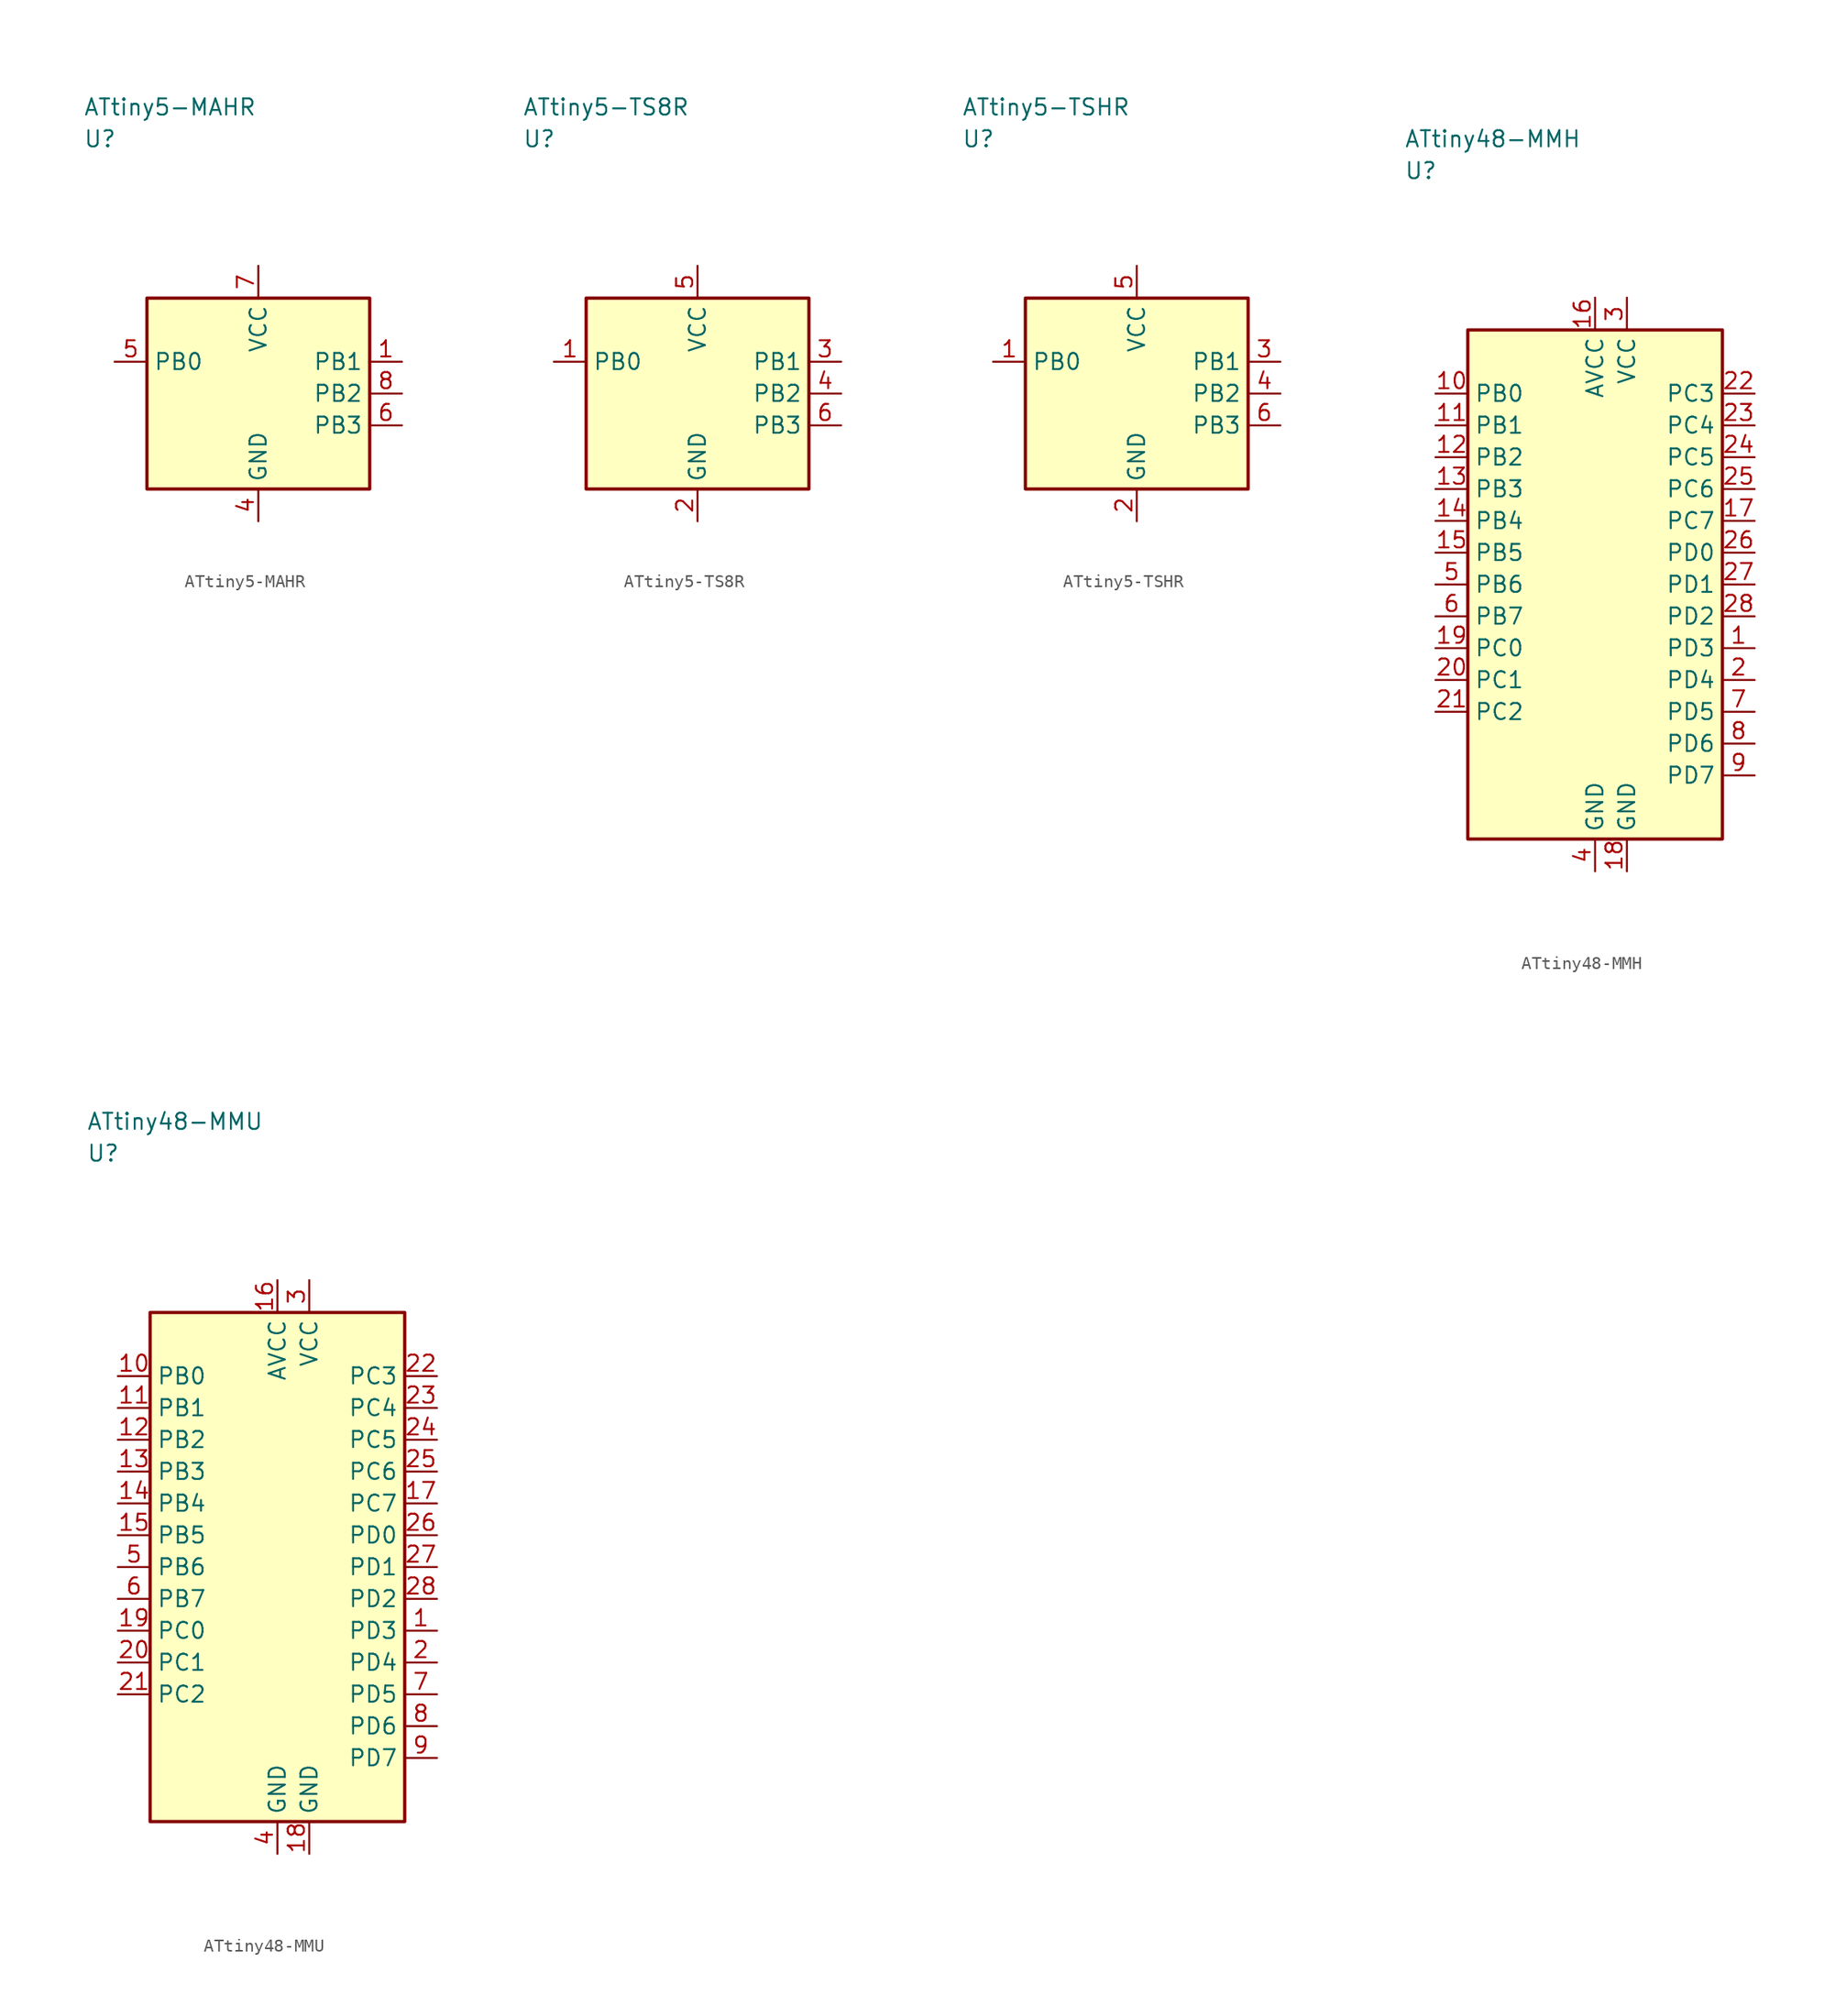
<source format=kicad_sym>
(kicad_symbol_lib
  (version 20241025)
  (generator "kicad_symbol_editor")
  (generator_version "8.0")
  (symbol "ATtiny5-MAHR"
    (property "Reference" "U"
      (at -13.75 20.0 0)
      (effects (font (size 1.27 1.27)) (justify left)))
    (property "Value" "ATtiny5-MAHR"
      (at -13.75 22.5 0)
      (effects (font (size 1.27 1.27)) (justify left)))
    (symbol "ATtiny5-MAHR_0_1"
      (rectangle (start -8.75 7.5) (end 8.75 -7.5) (stroke (width 0.254) (type default)) (fill (type background))))
    (symbol "ATtiny5-MAHR_1_1"
      (pin bidirectional line (at 11.29 2.5 180.0) (length 2.54) (name "PB1" (effects (font (size 1.27 1.27)))) (number "1" (effects (font (size 1.27 1.27)))))
      (pin passive line (at 0.0 -10.04 90.0) (length 2.54) (name "GND" (effects (font (size 1.27 1.27)))) (number "4" (effects (font (size 1.27 1.27)))))
      (pin bidirectional line (at -11.29 2.5 0.0) (length 2.54) (name "PB0" (effects (font (size 1.27 1.27)))) (number "5" (effects (font (size 1.27 1.27)))))
      (pin bidirectional line (at 11.29 -2.5 180.0) (length 2.54) (name "PB3" (effects (font (size 1.27 1.27)))) (number "6" (effects (font (size 1.27 1.27)))))
      (pin power_in line (at 0.0 10.04 270.0) (length 2.54) (name "VCC" (effects (font (size 1.27 1.27)))) (number "7" (effects (font (size 1.27 1.27)))))
      (pin bidirectional line (at 11.29 0.0 180.0) (length 2.54) (name "PB2" (effects (font (size 1.27 1.27)))) (number "8" (effects (font (size 1.27 1.27)))))))
  (symbol "ATtiny5-TS8R"
    (property "Reference" "U"
      (at -13.75 20.0 0)
      (effects (font (size 1.27 1.27)) (justify left)))
    (property "Value" "ATtiny5-TS8R"
      (at -13.75 22.5 0)
      (effects (font (size 1.27 1.27)) (justify left)))
    (symbol "ATtiny5-TS8R_0_1"
      (rectangle (start -8.75 7.5) (end 8.75 -7.5) (stroke (width 0.254) (type default)) (fill (type background))))
    (symbol "ATtiny5-TS8R_1_1"
      (pin bidirectional line (at -11.29 2.5 0.0) (length 2.54) (name "PB0" (effects (font (size 1.27 1.27)))) (number "1" (effects (font (size 1.27 1.27)))))
      (pin passive line (at 0.0 -10.04 90.0) (length 2.54) (name "GND" (effects (font (size 1.27 1.27)))) (number "2" (effects (font (size 1.27 1.27)))))
      (pin bidirectional line (at 11.29 2.5 180.0) (length 2.54) (name "PB1" (effects (font (size 1.27 1.27)))) (number "3" (effects (font (size 1.27 1.27)))))
      (pin bidirectional line (at 11.29 0.0 180.0) (length 2.54) (name "PB2" (effects (font (size 1.27 1.27)))) (number "4" (effects (font (size 1.27 1.27)))))
      (pin power_in line (at 0.0 10.04 270.0) (length 2.54) (name "VCC" (effects (font (size 1.27 1.27)))) (number "5" (effects (font (size 1.27 1.27)))))
      (pin bidirectional line (at 11.29 -2.5 180.0) (length 2.54) (name "PB3" (effects (font (size 1.27 1.27)))) (number "6" (effects (font (size 1.27 1.27)))))))
  (symbol "ATtiny5-TSHR"
    (property "Reference" "U"
      (at -13.75 20.0 0)
      (effects (font (size 1.27 1.27)) (justify left)))
    (property "Value" "ATtiny5-TSHR"
      (at -13.75 22.5 0)
      (effects (font (size 1.27 1.27)) (justify left)))
    (symbol "ATtiny5-TSHR_0_1"
      (rectangle (start -8.75 7.5) (end 8.75 -7.5) (stroke (width 0.254) (type default)) (fill (type background))))
    (symbol "ATtiny5-TSHR_1_1"
      (pin bidirectional line (at -11.29 2.5 0.0) (length 2.54) (name "PB0" (effects (font (size 1.27 1.27)))) (number "1" (effects (font (size 1.27 1.27)))))
      (pin passive line (at 0.0 -10.04 90.0) (length 2.54) (name "GND" (effects (font (size 1.27 1.27)))) (number "2" (effects (font (size 1.27 1.27)))))
      (pin bidirectional line (at 11.29 2.5 180.0) (length 2.54) (name "PB1" (effects (font (size 1.27 1.27)))) (number "3" (effects (font (size 1.27 1.27)))))
      (pin bidirectional line (at 11.29 0.0 180.0) (length 2.54) (name "PB2" (effects (font (size 1.27 1.27)))) (number "4" (effects (font (size 1.27 1.27)))))
      (pin power_in line (at 0.0 10.04 270.0) (length 2.54) (name "VCC" (effects (font (size 1.27 1.27)))) (number "5" (effects (font (size 1.27 1.27)))))
      (pin bidirectional line (at 11.29 -2.5 180.0) (length 2.54) (name "PB3" (effects (font (size 1.27 1.27)))) (number "6" (effects (font (size 1.27 1.27)))))))
  (symbol "ATtiny48-MMH"
    (property "Reference" "U"
      (at -15.0 32.5 0)
      (effects (font (size 1.27 1.27)) (justify left)))
    (property "Value" "ATtiny48-MMH"
      (at -15.0 35.0 0)
      (effects (font (size 1.27 1.27)) (justify left)))
    (symbol "ATtiny48-MMH_0_1"
      (rectangle (start -10.0 20.0) (end 10.0 -20.0) (stroke (width 0.254) (type default)) (fill (type background))))
    (symbol "ATtiny48-MMH_1_1"
      (pin bidirectional line (at 12.54 -5.0 180.0) (length 2.54) (name "PD3" (effects (font (size 1.27 1.27)))) (number "1" (effects (font (size 1.27 1.27)))))
      (pin bidirectional line (at 12.54 -7.5 180.0) (length 2.54) (name "PD4" (effects (font (size 1.27 1.27)))) (number "2" (effects (font (size 1.27 1.27)))))
      (pin power_in line (at 2.5 22.54 270.0) (length 2.54) (name "VCC" (effects (font (size 1.27 1.27)))) (number "3" (effects (font (size 1.27 1.27)))))
      (pin passive line (at 0.0 -22.54 90.0) (length 2.54) (name "GND" (effects (font (size 1.27 1.27)))) (number "4" (effects (font (size 1.27 1.27)))))
      (pin bidirectional line (at -12.54 0.0 0.0) (length 2.54) (name "PB6" (effects (font (size 1.27 1.27)))) (number "5" (effects (font (size 1.27 1.27)))))
      (pin bidirectional line (at -12.54 -2.5 0.0) (length 2.54) (name "PB7" (effects (font (size 1.27 1.27)))) (number "6" (effects (font (size 1.27 1.27)))))
      (pin bidirectional line (at 12.54 -10.0 180.0) (length 2.54) (name "PD5" (effects (font (size 1.27 1.27)))) (number "7" (effects (font (size 1.27 1.27)))))
      (pin bidirectional line (at 12.54 -12.5 180.0) (length 2.54) (name "PD6" (effects (font (size 1.27 1.27)))) (number "8" (effects (font (size 1.27 1.27)))))
      (pin bidirectional line (at 12.54 -15.0 180.0) (length 2.54) (name "PD7" (effects (font (size 1.27 1.27)))) (number "9" (effects (font (size 1.27 1.27)))))
      (pin bidirectional line (at -12.54 15.0 0.0) (length 2.54) (name "PB0" (effects (font (size 1.27 1.27)))) (number "10" (effects (font (size 1.27 1.27)))))
      (pin bidirectional line (at -12.54 12.5 0.0) (length 2.54) (name "PB1" (effects (font (size 1.27 1.27)))) (number "11" (effects (font (size 1.27 1.27)))))
      (pin bidirectional line (at -12.54 10.0 0.0) (length 2.54) (name "PB2" (effects (font (size 1.27 1.27)))) (number "12" (effects (font (size 1.27 1.27)))))
      (pin bidirectional line (at -12.54 7.5 0.0) (length 2.54) (name "PB3" (effects (font (size 1.27 1.27)))) (number "13" (effects (font (size 1.27 1.27)))))
      (pin bidirectional line (at -12.54 5.0 0.0) (length 2.54) (name "PB4" (effects (font (size 1.27 1.27)))) (number "14" (effects (font (size 1.27 1.27)))))
      (pin bidirectional line (at -12.54 2.5 0.0) (length 2.54) (name "PB5" (effects (font (size 1.27 1.27)))) (number "15" (effects (font (size 1.27 1.27)))))
      (pin power_in line (at 0.0 22.54 270.0) (length 2.54) (name "AVCC" (effects (font (size 1.27 1.27)))) (number "16" (effects (font (size 1.27 1.27)))))
      (pin bidirectional line (at 12.54 5.0 180.0) (length 2.54) (name "PC7" (effects (font (size 1.27 1.27)))) (number "17" (effects (font (size 1.27 1.27)))))
      (pin passive line (at 2.5 -22.54 90.0) (length 2.54) (name "GND" (effects (font (size 1.27 1.27)))) (number "18" (effects (font (size 1.27 1.27)))))
      (pin bidirectional line (at -12.54 -5.0 0.0) (length 2.54) (name "PC0" (effects (font (size 1.27 1.27)))) (number "19" (effects (font (size 1.27 1.27)))))
      (pin bidirectional line (at -12.54 -7.5 0.0) (length 2.54) (name "PC1" (effects (font (size 1.27 1.27)))) (number "20" (effects (font (size 1.27 1.27)))))
      (pin bidirectional line (at -12.54 -10.0 0.0) (length 2.54) (name "PC2" (effects (font (size 1.27 1.27)))) (number "21" (effects (font (size 1.27 1.27)))))
      (pin bidirectional line (at 12.54 15.0 180.0) (length 2.54) (name "PC3" (effects (font (size 1.27 1.27)))) (number "22" (effects (font (size 1.27 1.27)))))
      (pin bidirectional line (at 12.54 12.5 180.0) (length 2.54) (name "PC4" (effects (font (size 1.27 1.27)))) (number "23" (effects (font (size 1.27 1.27)))))
      (pin bidirectional line (at 12.54 10.0 180.0) (length 2.54) (name "PC5" (effects (font (size 1.27 1.27)))) (number "24" (effects (font (size 1.27 1.27)))))
      (pin bidirectional line (at 12.54 7.5 180.0) (length 2.54) (name "PC6" (effects (font (size 1.27 1.27)))) (number "25" (effects (font (size 1.27 1.27)))))
      (pin bidirectional line (at 12.54 2.5 180.0) (length 2.54) (name "PD0" (effects (font (size 1.27 1.27)))) (number "26" (effects (font (size 1.27 1.27)))))
      (pin bidirectional line (at 12.54 0.0 180.0) (length 2.54) (name "PD1" (effects (font (size 1.27 1.27)))) (number "27" (effects (font (size 1.27 1.27)))))
      (pin bidirectional line (at 12.54 -2.5 180.0) (length 2.54) (name "PD2" (effects (font (size 1.27 1.27)))) (number "28" (effects (font (size 1.27 1.27)))))))
  (symbol "ATtiny48-MMU"
    (property "Reference" "U"
      (at -15.0 32.5 0)
      (effects (font (size 1.27 1.27)) (justify left)))
    (property "Value" "ATtiny48-MMU"
      (at -15.0 35.0 0)
      (effects (font (size 1.27 1.27)) (justify left)))
    (symbol "ATtiny48-MMU_0_1"
      (rectangle (start -10.0 20.0) (end 10.0 -20.0) (stroke (width 0.254) (type default)) (fill (type background))))
    (symbol "ATtiny48-MMU_1_1"
      (pin bidirectional line (at 12.54 -5.0 180.0) (length 2.54) (name "PD3" (effects (font (size 1.27 1.27)))) (number "1" (effects (font (size 1.27 1.27)))))
      (pin bidirectional line (at 12.54 -7.5 180.0) (length 2.54) (name "PD4" (effects (font (size 1.27 1.27)))) (number "2" (effects (font (size 1.27 1.27)))))
      (pin power_in line (at 2.5 22.54 270.0) (length 2.54) (name "VCC" (effects (font (size 1.27 1.27)))) (number "3" (effects (font (size 1.27 1.27)))))
      (pin passive line (at 0.0 -22.54 90.0) (length 2.54) (name "GND" (effects (font (size 1.27 1.27)))) (number "4" (effects (font (size 1.27 1.27)))))
      (pin bidirectional line (at -12.54 0.0 0.0) (length 2.54) (name "PB6" (effects (font (size 1.27 1.27)))) (number "5" (effects (font (size 1.27 1.27)))))
      (pin bidirectional line (at -12.54 -2.5 0.0) (length 2.54) (name "PB7" (effects (font (size 1.27 1.27)))) (number "6" (effects (font (size 1.27 1.27)))))
      (pin bidirectional line (at 12.54 -10.0 180.0) (length 2.54) (name "PD5" (effects (font (size 1.27 1.27)))) (number "7" (effects (font (size 1.27 1.27)))))
      (pin bidirectional line (at 12.54 -12.5 180.0) (length 2.54) (name "PD6" (effects (font (size 1.27 1.27)))) (number "8" (effects (font (size 1.27 1.27)))))
      (pin bidirectional line (at 12.54 -15.0 180.0) (length 2.54) (name "PD7" (effects (font (size 1.27 1.27)))) (number "9" (effects (font (size 1.27 1.27)))))
      (pin bidirectional line (at -12.54 15.0 0.0) (length 2.54) (name "PB0" (effects (font (size 1.27 1.27)))) (number "10" (effects (font (size 1.27 1.27)))))
      (pin bidirectional line (at -12.54 12.5 0.0) (length 2.54) (name "PB1" (effects (font (size 1.27 1.27)))) (number "11" (effects (font (size 1.27 1.27)))))
      (pin bidirectional line (at -12.54 10.0 0.0) (length 2.54) (name "PB2" (effects (font (size 1.27 1.27)))) (number "12" (effects (font (size 1.27 1.27)))))
      (pin bidirectional line (at -12.54 7.5 0.0) (length 2.54) (name "PB3" (effects (font (size 1.27 1.27)))) (number "13" (effects (font (size 1.27 1.27)))))
      (pin bidirectional line (at -12.54 5.0 0.0) (length 2.54) (name "PB4" (effects (font (size 1.27 1.27)))) (number "14" (effects (font (size 1.27 1.27)))))
      (pin bidirectional line (at -12.54 2.5 0.0) (length 2.54) (name "PB5" (effects (font (size 1.27 1.27)))) (number "15" (effects (font (size 1.27 1.27)))))
      (pin power_in line (at 0.0 22.54 270.0) (length 2.54) (name "AVCC" (effects (font (size 1.27 1.27)))) (number "16" (effects (font (size 1.27 1.27)))))
      (pin bidirectional line (at 12.54 5.0 180.0) (length 2.54) (name "PC7" (effects (font (size 1.27 1.27)))) (number "17" (effects (font (size 1.27 1.27)))))
      (pin passive line (at 2.5 -22.54 90.0) (length 2.54) (name "GND" (effects (font (size 1.27 1.27)))) (number "18" (effects (font (size 1.27 1.27)))))
      (pin bidirectional line (at -12.54 -5.0 0.0) (length 2.54) (name "PC0" (effects (font (size 1.27 1.27)))) (number "19" (effects (font (size 1.27 1.27)))))
      (pin bidirectional line (at -12.54 -7.5 0.0) (length 2.54) (name "PC1" (effects (font (size 1.27 1.27)))) (number "20" (effects (font (size 1.27 1.27)))))
      (pin bidirectional line (at -12.54 -10.0 0.0) (length 2.54) (name "PC2" (effects (font (size 1.27 1.27)))) (number "21" (effects (font (size 1.27 1.27)))))
      (pin bidirectional line (at 12.54 15.0 180.0) (length 2.54) (name "PC3" (effects (font (size 1.27 1.27)))) (number "22" (effects (font (size 1.27 1.27)))))
      (pin bidirectional line (at 12.54 12.5 180.0) (length 2.54) (name "PC4" (effects (font (size 1.27 1.27)))) (number "23" (effects (font (size 1.27 1.27)))))
      (pin bidirectional line (at 12.54 10.0 180.0) (length 2.54) (name "PC5" (effects (font (size 1.27 1.27)))) (number "24" (effects (font (size 1.27 1.27)))))
      (pin bidirectional line (at 12.54 7.5 180.0) (length 2.54) (name "PC6" (effects (font (size 1.27 1.27)))) (number "25" (effects (font (size 1.27 1.27)))))
      (pin bidirectional line (at 12.54 2.5 180.0) (length 2.54) (name "PD0" (effects (font (size 1.27 1.27)))) (number "26" (effects (font (size 1.27 1.27)))))
      (pin bidirectional line (at 12.54 0.0 180.0) (length 2.54) (name "PD1" (effects (font (size 1.27 1.27)))) (number "27" (effects (font (size 1.27 1.27)))))
      (pin bidirectional line (at 12.54 -2.5 180.0) (length 2.54) (name "PD2" (effects (font (size 1.27 1.27)))) (number "28" (effects (font (size 1.27 1.27))))))))
</source>
